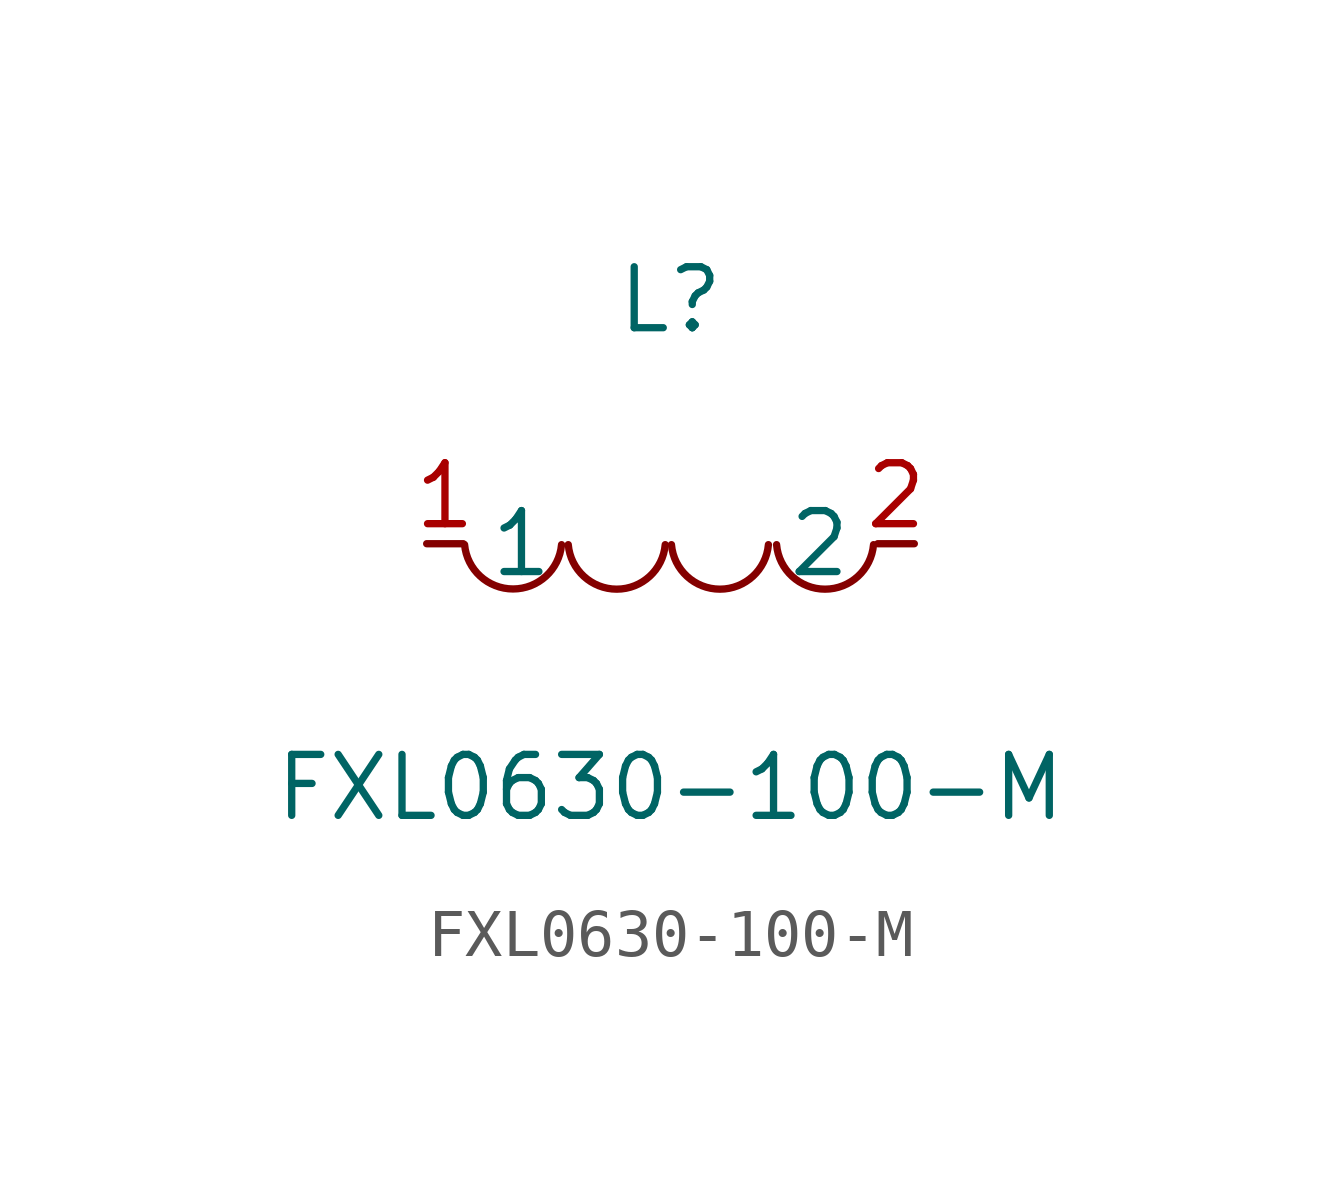
<source format=kicad_sym>
(kicad_symbol_lib
  (version 1)
  (generator "faebryk")
  (symbol "FXL0630-100-M"
    (property "Reference" "L"
      (at 0 5.08 0)
      (effects (font (size 1.27 1.27)) (hide no)))
    (property "Value" "FXL0630-100-M"
      (at 0 -5.08 0)
      (effects (font (size 1.27 1.27)) (hide no)))
    (symbol "FXL0630-100-M_0_1"
      (arc (start -4.29 -0.02) (mid -2.81 -1.01) (end -2.27 -0.02) (stroke (width 0) (type default) (color 0 0 0 0)) (fill (type none)))
      (arc (start -2.13 -0.02) (mid -0.66 -1.01) (end -0.11 -0.02) (stroke (width 0) (type default) (color 0 0 0 0)) (fill (type none)))
      (arc (start 0.02 -0.02) (mid 1.49 -1.01) (end 2.04 -0.02) (stroke (width 0) (type default) (color 0 0 0 0)) (fill (type none)))
      (arc (start 2.21 -0.02) (mid 3.68 -1.01) (end 4.23 -0.02) (stroke (width 0) (type default) (color 0 0 0 0)) (fill (type none)))
      (pin unspecified line (at 5.08 0 180) (length 0.762) (name "2" (effects (font (size 1.27 1.27)) (hide no))) (number "2" (effects (font (size 1.27 1.27)) (hide no))))
      (pin unspecified line (at -5.08 0 0) (length 0.762) (name "1" (effects (font (size 1.27 1.27)) (hide no))) (number "1" (effects (font (size 1.27 1.27)) (hide no)))))))
</source>
